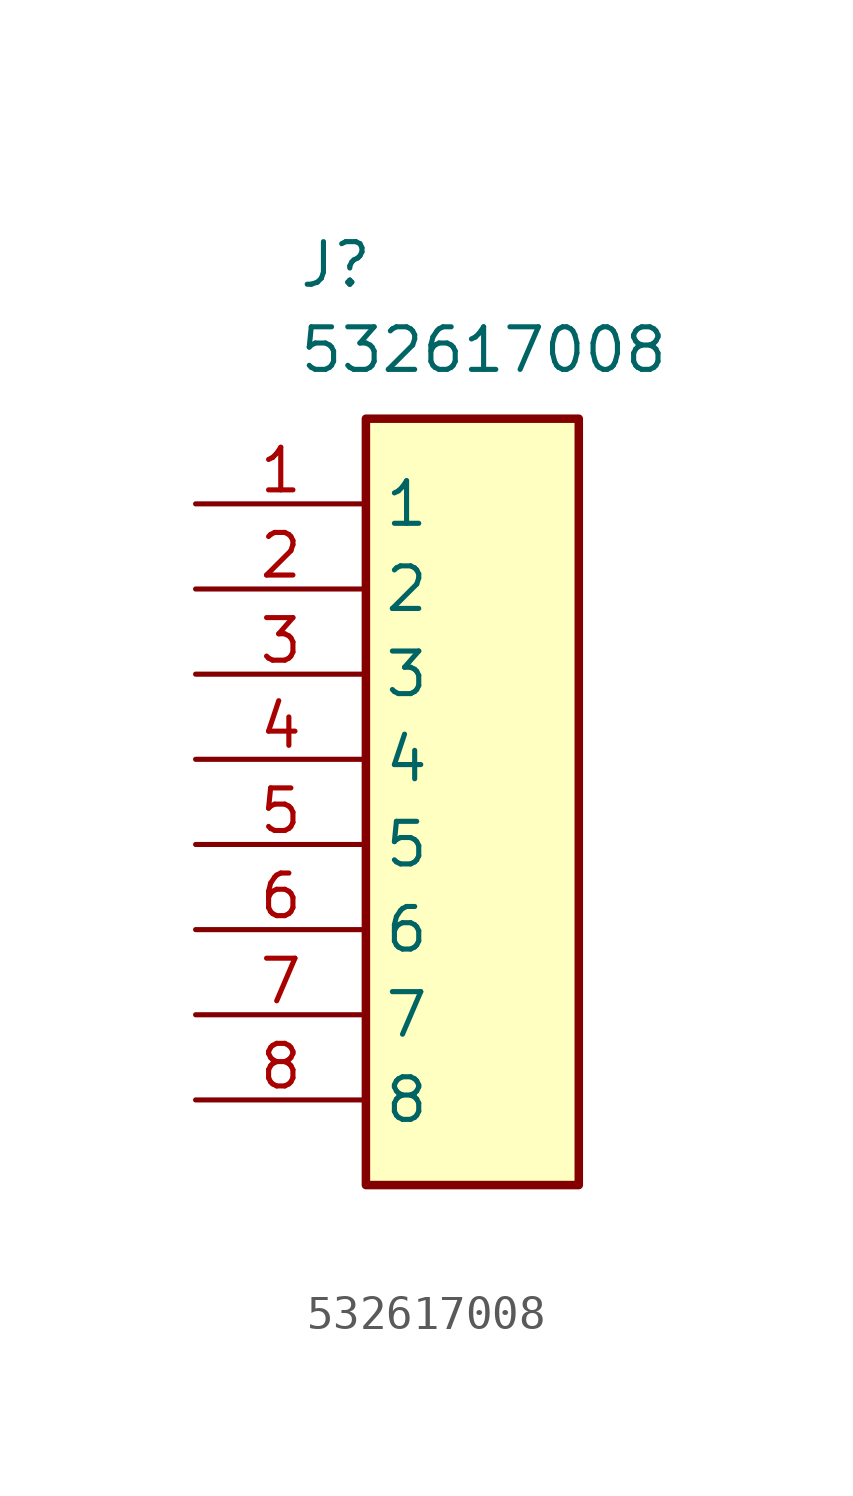
<source format=kicad_sym>
(kicad_symbol_lib
  (version 20241209)
  (generator "kicad_symbol_editor")
  (generator_version "9.0")
  (symbol "532617008"
    (property "Reference" "J"
      (at 3.048 7.874 0)
      (effects (font (size 1.27 1.27)) (justify left top)))
    (property "Value" "532617008"
      (at 3.048 5.334 0)
      (effects (font (size 1.27 1.27)) (justify left top)))
    (symbol "532617008_1_1"
      (rectangle (start 5.08 2.54) (end 11.43 -20.32) (stroke (width 0.254) (type default)) (fill (type background)))
      (pin passive line (at 0 0 0) (length 5.08) (name "1" (effects (font (size 1.27 1.27)))) (number "1" (effects (font (size 1.27 1.27)))))
      (pin passive line (at 0 -2.54 0) (length 5.08) (name "2" (effects (font (size 1.27 1.27)))) (number "2" (effects (font (size 1.27 1.27)))))
      (pin passive line (at 0 -5.08 0) (length 5.08) (name "3" (effects (font (size 1.27 1.27)))) (number "3" (effects (font (size 1.27 1.27)))))
      (pin passive line (at 0 -7.62 0) (length 5.08) (name "4" (effects (font (size 1.27 1.27)))) (number "4" (effects (font (size 1.27 1.27)))))
      (pin passive line (at 0 -10.16 0) (length 5.08) (name "5" (effects (font (size 1.27 1.27)))) (number "5" (effects (font (size 1.27 1.27)))))
      (pin passive line (at 0 -12.7 0) (length 5.08) (name "6" (effects (font (size 1.27 1.27)))) (number "6" (effects (font (size 1.27 1.27)))))
      (pin passive line (at 0 -15.24 0) (length 5.08) (name "7" (effects (font (size 1.27 1.27)))) (number "7" (effects (font (size 1.27 1.27)))))
      (pin passive line (at 0 -17.78 0) (length 5.08) (name "8" (effects (font (size 1.27 1.27)))) (number "8" (effects (font (size 1.27 1.27))))))))
</source>
